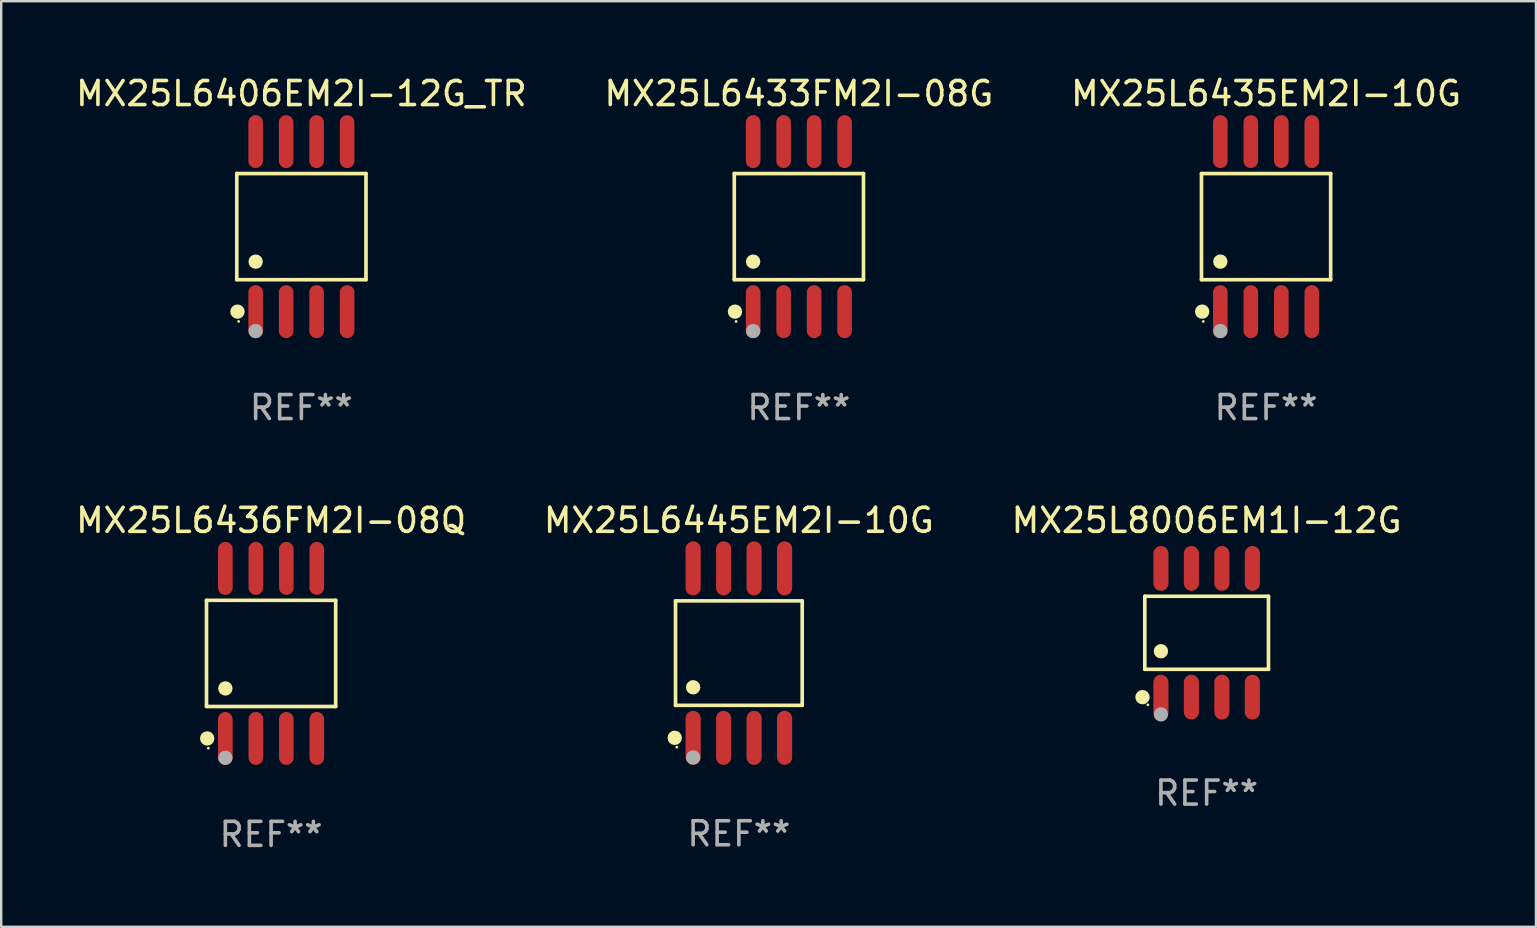
<source format=kicad_pcb>
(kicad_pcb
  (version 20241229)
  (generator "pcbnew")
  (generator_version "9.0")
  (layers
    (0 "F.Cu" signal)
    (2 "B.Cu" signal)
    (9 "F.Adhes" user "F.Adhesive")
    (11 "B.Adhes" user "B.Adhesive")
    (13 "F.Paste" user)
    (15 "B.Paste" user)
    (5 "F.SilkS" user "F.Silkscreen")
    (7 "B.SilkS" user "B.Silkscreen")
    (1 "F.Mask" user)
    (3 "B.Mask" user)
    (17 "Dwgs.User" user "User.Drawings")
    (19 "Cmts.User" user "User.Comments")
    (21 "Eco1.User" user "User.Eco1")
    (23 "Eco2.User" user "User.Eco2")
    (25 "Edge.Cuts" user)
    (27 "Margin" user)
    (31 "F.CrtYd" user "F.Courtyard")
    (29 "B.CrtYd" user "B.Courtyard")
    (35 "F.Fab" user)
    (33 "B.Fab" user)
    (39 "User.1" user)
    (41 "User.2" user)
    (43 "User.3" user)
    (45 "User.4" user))
  (footprint "MX25L8006EM1I-12G"
    (layer "F.Cu")
    (at 47.22 23.312)
    (property "Reference" "MX25L8006EM1I-12G" (at 0 -4.682 0) (layer "F.SilkS") (effects (font (size 1 1) (thickness 0.15))))
    (attr through_hole)
    (fp_line (start -2.576 -1.521) (end 2.576 -1.521) (stroke (width 0.152) (type solid)) (layer "F.SilkS"))
    (fp_line (start -2.576 1.521) (end -2.576 -1.521) (stroke (width 0.152) (type solid)) (layer "F.SilkS"))
    (fp_line (start 2.576 -1.521) (end 2.576 1.521) (stroke (width 0.152) (type solid)) (layer "F.SilkS"))
    (fp_line (start 2.576 1.521) (end -2.576 1.521) (stroke (width 0.152) (type solid)) (layer "F.SilkS"))
    (fp_circle (center -2.672 2.682) (end -2.522 2.682) (stroke (width 0.3) (type solid)) (fill no) (layer "F.SilkS"))
    (fp_circle (center -2.45 3) (end -2.42 3) (stroke (width 0.06) (type solid)) (fill no) (layer "F.SilkS"))
    (fp_circle (center -1.905 0.769) (end -1.755 0.769) (stroke (width 0.3) (type solid)) (fill no) (layer "F.SilkS"))
    (fp_circle (center -1.905 3.4) (end -1.755 3.4) (stroke (width 0.3) (type solid)) (fill no) (layer "F.Fab"))
    (fp_text user "REF**" (at 0 6.682 0) (layer "F.Fab") (effects (font (size 1 1) (thickness 0.15))))
    (pad "1" smd oval (at -1.905 2.682) (size 0.63 1.865) (layers "F.Cu" "F.Mask" "F.Paste"))
    (pad "2" smd oval (at -0.635 2.682) (size 0.63 1.865) (layers "F.Cu" "F.Mask" "F.Paste"))
    (pad "3" smd oval (at 0.635 2.682) (size 0.63 1.865) (layers "F.Cu" "F.Mask" "F.Paste"))
    (pad "4" smd oval (at 1.905 2.682) (size 0.63 1.865) (layers "F.Cu" "F.Mask" "F.Paste"))
    (pad "5" smd oval (at 1.905 -2.682) (size 0.63 1.865) (layers "F.Cu" "F.Mask" "F.Paste"))
    (pad "6" smd oval (at 0.635 -2.682) (size 0.63 1.865) (layers "F.Cu" "F.Mask" "F.Paste"))
    (pad "7" smd oval (at -0.635 -2.682) (size 0.63 1.865) (layers "F.Cu" "F.Mask" "F.Paste"))
    (pad "8" smd oval (at -1.905 -2.682) (size 0.63 1.865) (layers "F.Cu" "F.Mask" "F.Paste")))
  (footprint "MX25L6433FM2I-08G"
    (layer "F.Cu")
    (at 30.232 6.391)
    (property "Reference" "MX25L6433FM2I-08G" (at 0 -5.542 0) (layer "F.SilkS") (effects (font (size 1 1) (thickness 0.15))))
    (attr through_hole)
    (fp_line (start -2.691 -2.211) (end 2.691 -2.211) (stroke (width 0.152) (type solid)) (layer "F.SilkS"))
    (fp_line (start -2.691 2.211) (end -2.691 -2.211) (stroke (width 0.152) (type solid)) (layer "F.SilkS"))
    (fp_line (start 2.691 -2.211) (end 2.691 2.211) (stroke (width 0.152) (type solid)) (layer "F.SilkS"))
    (fp_line (start 2.691 2.211) (end -2.691 2.211) (stroke (width 0.152) (type solid)) (layer "F.SilkS"))
    (fp_circle (center -2.662 3.542) (end -2.512 3.542) (stroke (width 0.3) (type solid)) (fill no) (layer "F.SilkS"))
    (fp_circle (center -2.615 3.95) (end -2.585 3.95) (stroke (width 0.06) (type solid)) (fill no) (layer "F.SilkS"))
    (fp_circle (center -1.905 1.459) (end -1.755 1.459) (stroke (width 0.3) (type solid)) (fill no) (layer "F.SilkS"))
    (fp_circle (center -1.905 4.35) (end -1.755 4.35) (stroke (width 0.3) (type solid)) (fill no) (layer "F.Fab"))
    (fp_text user "REF**" (at 0 7.542 0) (layer "F.Fab") (effects (font (size 1 1) (thickness 0.15))))
    (pad "1" smd oval (at -1.905 3.542) (size 0.609 2.204) (layers "F.Cu" "F.Mask" "F.Paste"))
    (pad "2" smd oval (at -0.635 3.542) (size 0.609 2.204) (layers "F.Cu" "F.Mask" "F.Paste"))
    (pad "3" smd oval (at 0.635 3.542) (size 0.609 2.204) (layers "F.Cu" "F.Mask" "F.Paste"))
    (pad "4" smd oval (at 1.905 3.542) (size 0.609 2.204) (layers "F.Cu" "F.Mask" "F.Paste"))
    (pad "5" smd oval (at 1.905 -3.542) (size 0.609 2.204) (layers "F.Cu" "F.Mask" "F.Paste"))
    (pad "6" smd oval (at 0.635 -3.542) (size 0.609 2.204) (layers "F.Cu" "F.Mask" "F.Paste"))
    (pad "7" smd oval (at -0.635 -3.542) (size 0.609 2.204) (layers "F.Cu" "F.Mask" "F.Paste"))
    (pad "8" smd oval (at -1.905 -3.542) (size 0.609 2.204) (layers "F.Cu" "F.Mask" "F.Paste")))
  (footprint "MX25L6436FM2I-08Q"
    (layer "F.Cu")
    (at 8.244 24.172)
    (property "Reference" "MX25L6436FM2I-08Q" (at 0 -5.542 0) (layer "F.SilkS") (effects (font (size 1 1) (thickness 0.15))))
    (attr through_hole)
    (fp_line (start -2.691 -2.211) (end 2.691 -2.211) (stroke (width 0.152) (type solid)) (layer "F.SilkS"))
    (fp_line (start -2.691 2.211) (end -2.691 -2.211) (stroke (width 0.152) (type solid)) (layer "F.SilkS"))
    (fp_line (start 2.691 -2.211) (end 2.691 2.211) (stroke (width 0.152) (type solid)) (layer "F.SilkS"))
    (fp_line (start 2.691 2.211) (end -2.691 2.211) (stroke (width 0.152) (type solid)) (layer "F.SilkS"))
    (fp_circle (center -2.662 3.542) (end -2.512 3.542) (stroke (width 0.3) (type solid)) (fill no) (layer "F.SilkS"))
    (fp_circle (center -2.615 3.95) (end -2.585 3.95) (stroke (width 0.06) (type solid)) (fill no) (layer "F.SilkS"))
    (fp_circle (center -1.905 1.459) (end -1.755 1.459) (stroke (width 0.3) (type solid)) (fill no) (layer "F.SilkS"))
    (fp_circle (center -1.905 4.35) (end -1.755 4.35) (stroke (width 0.3) (type solid)) (fill no) (layer "F.Fab"))
    (fp_text user "REF**" (at 0 7.542 0) (layer "F.Fab") (effects (font (size 1 1) (thickness 0.15))))
    (pad "1" smd oval (at -1.905 3.542) (size 0.609 2.204) (layers "F.Cu" "F.Mask" "F.Paste"))
    (pad "2" smd oval (at -0.635 3.542) (size 0.609 2.204) (layers "F.Cu" "F.Mask" "F.Paste"))
    (pad "3" smd oval (at 0.635 3.542) (size 0.609 2.204) (layers "F.Cu" "F.Mask" "F.Paste"))
    (pad "4" smd oval (at 1.905 3.542) (size 0.609 2.204) (layers "F.Cu" "F.Mask" "F.Paste"))
    (pad "5" smd oval (at 1.905 -3.542) (size 0.609 2.204) (layers "F.Cu" "F.Mask" "F.Paste"))
    (pad "6" smd oval (at 0.635 -3.542) (size 0.609 2.204) (layers "F.Cu" "F.Mask" "F.Paste"))
    (pad "7" smd oval (at -0.635 -3.542) (size 0.609 2.204) (layers "F.Cu" "F.Mask" "F.Paste"))
    (pad "8" smd oval (at -1.905 -3.542) (size 0.609 2.204) (layers "F.Cu" "F.Mask" "F.Paste")))
  (footprint "MX25L6435EM2I-10G"
    (layer "F.Cu")
    (at 49.696 6.391)
    (property "Reference" "MX25L6435EM2I-10G" (at 0 -5.542 0) (layer "F.SilkS") (effects (font (size 1 1) (thickness 0.15))))
    (attr through_hole)
    (fp_line (start -2.691 -2.211) (end 2.691 -2.211) (stroke (width 0.152) (type solid)) (layer "F.SilkS"))
    (fp_line (start -2.691 2.211) (end -2.691 -2.211) (stroke (width 0.152) (type solid)) (layer "F.SilkS"))
    (fp_line (start 2.691 -2.211) (end 2.691 2.211) (stroke (width 0.152) (type solid)) (layer "F.SilkS"))
    (fp_line (start 2.691 2.211) (end -2.691 2.211) (stroke (width 0.152) (type solid)) (layer "F.SilkS"))
    (fp_circle (center -2.662 3.542) (end -2.512 3.542) (stroke (width 0.3) (type solid)) (fill no) (layer "F.SilkS"))
    (fp_circle (center -2.615 3.95) (end -2.585 3.95) (stroke (width 0.06) (type solid)) (fill no) (layer "F.SilkS"))
    (fp_circle (center -1.905 1.459) (end -1.755 1.459) (stroke (width 0.3) (type solid)) (fill no) (layer "F.SilkS"))
    (fp_circle (center -1.905 4.35) (end -1.755 4.35) (stroke (width 0.3) (type solid)) (fill no) (layer "F.Fab"))
    (fp_text user "REF**" (at 0 7.542 0) (layer "F.Fab") (effects (font (size 1 1) (thickness 0.15))))
    (pad "1" smd oval (at -1.905 3.542) (size 0.609 2.204) (layers "F.Cu" "F.Mask" "F.Paste"))
    (pad "2" smd oval (at -0.635 3.542) (size 0.609 2.204) (layers "F.Cu" "F.Mask" "F.Paste"))
    (pad "3" smd oval (at 0.635 3.542) (size 0.609 2.204) (layers "F.Cu" "F.Mask" "F.Paste"))
    (pad "4" smd oval (at 1.905 3.542) (size 0.609 2.204) (layers "F.Cu" "F.Mask" "F.Paste"))
    (pad "5" smd oval (at 1.905 -3.542) (size 0.609 2.204) (layers "F.Cu" "F.Mask" "F.Paste"))
    (pad "6" smd oval (at 0.635 -3.542) (size 0.609 2.204) (layers "F.Cu" "F.Mask" "F.Paste"))
    (pad "7" smd oval (at -0.635 -3.542) (size 0.609 2.204) (layers "F.Cu" "F.Mask" "F.Paste"))
    (pad "8" smd oval (at -1.905 -3.542) (size 0.609 2.204) (layers "F.Cu" "F.Mask" "F.Paste")))
  (footprint "MX25L6406EM2I-12G_TR"
    (layer "F.Cu")
    (at 9.506 6.391)
    (property "Reference" "MX25L6406EM2I-12G_TR" (at 0 -5.542 0) (layer "F.SilkS") (effects (font (size 1 1) (thickness 0.15))))
    (attr through_hole)
    (fp_line (start -2.691 -2.211) (end 2.691 -2.211) (stroke (width 0.152) (type solid)) (layer "F.SilkS"))
    (fp_line (start -2.691 2.211) (end -2.691 -2.211) (stroke (width 0.152) (type solid)) (layer "F.SilkS"))
    (fp_line (start 2.691 -2.211) (end 2.691 2.211) (stroke (width 0.152) (type solid)) (layer "F.SilkS"))
    (fp_line (start 2.691 2.211) (end -2.691 2.211) (stroke (width 0.152) (type solid)) (layer "F.SilkS"))
    (fp_circle (center -2.662 3.542) (end -2.512 3.542) (stroke (width 0.3) (type solid)) (fill no) (layer "F.SilkS"))
    (fp_circle (center -2.615 3.95) (end -2.585 3.95) (stroke (width 0.06) (type solid)) (fill no) (layer "F.SilkS"))
    (fp_circle (center -1.905 1.459) (end -1.755 1.459) (stroke (width 0.3) (type solid)) (fill no) (layer "F.SilkS"))
    (fp_circle (center -1.905 4.35) (end -1.755 4.35) (stroke (width 0.3) (type solid)) (fill no) (layer "F.Fab"))
    (fp_text user "REF**" (at 0 7.542 0) (layer "F.Fab") (effects (font (size 1 1) (thickness 0.15))))
    (pad "1" smd oval (at -1.905 3.542) (size 0.609 2.204) (layers "F.Cu" "F.Mask" "F.Paste"))
    (pad "2" smd oval (at -0.635 3.542) (size 0.609 2.204) (layers "F.Cu" "F.Mask" "F.Paste"))
    (pad "3" smd oval (at 0.635 3.542) (size 0.609 2.204) (layers "F.Cu" "F.Mask" "F.Paste"))
    (pad "4" smd oval (at 1.905 3.542) (size 0.609 2.204) (layers "F.Cu" "F.Mask" "F.Paste"))
    (pad "5" smd oval (at 1.905 -3.542) (size 0.609 2.204) (layers "F.Cu" "F.Mask" "F.Paste"))
    (pad "6" smd oval (at 0.635 -3.542) (size 0.609 2.204) (layers "F.Cu" "F.Mask" "F.Paste"))
    (pad "7" smd oval (at -0.635 -3.542) (size 0.609 2.204) (layers "F.Cu" "F.Mask" "F.Paste"))
    (pad "8" smd oval (at -1.905 -3.542) (size 0.609 2.204) (layers "F.Cu" "F.Mask" "F.Paste")))
  (footprint "MX25L6445EM2I-10G"
    (layer "F.Cu")
    (at 27.732 24.159)
    (property "Reference" "MX25L6445EM2I-10G" (at 0 -5.53 0) (layer "F.SilkS") (effects (font (size 1 1) (thickness 0.15))))
    (attr through_hole)
    (fp_line (start -2.639 -2.176) (end 2.639 -2.176) (stroke (width 0.152) (type solid)) (layer "F.SilkS"))
    (fp_line (start -2.639 2.176) (end -2.639 -2.176) (stroke (width 0.152) (type solid)) (layer "F.SilkS"))
    (fp_line (start 2.639 -2.176) (end 2.639 2.176) (stroke (width 0.152) (type solid)) (layer "F.SilkS"))
    (fp_line (start 2.639 2.176) (end -2.639 2.176) (stroke (width 0.152) (type solid)) (layer "F.SilkS"))
    (fp_circle (center -2.672 3.53) (end -2.522 3.53) (stroke (width 0.3) (type solid)) (fill no) (layer "F.SilkS"))
    (fp_circle (center -2.585 3.92) (end -2.555 3.92) (stroke (width 0.06) (type solid)) (fill no) (layer "F.SilkS"))
    (fp_circle (center -1.905 1.424) (end -1.755 1.424) (stroke (width 0.3) (type solid)) (fill no) (layer "F.SilkS"))
    (fp_circle (center -1.905 4.35) (end -1.755 4.35) (stroke (width 0.3) (type solid)) (fill no) (layer "F.Fab"))
    (fp_text user "REF**" (at 0 7.53 0) (layer "F.Fab") (effects (font (size 1 1) (thickness 0.15))))
    (pad "1" smd oval (at -1.905 3.53) (size 0.63 2.25) (layers "F.Cu" "F.Mask" "F.Paste"))
    (pad "2" smd oval (at -0.635 3.53) (size 0.63 2.25) (layers "F.Cu" "F.Mask" "F.Paste"))
    (pad "3" smd oval (at 0.635 3.53) (size 0.63 2.25) (layers "F.Cu" "F.Mask" "F.Paste"))
    (pad "4" smd oval (at 1.905 3.53) (size 0.63 2.25) (layers "F.Cu" "F.Mask" "F.Paste"))
    (pad "5" smd oval (at 1.905 -3.53) (size 0.63 2.25) (layers "F.Cu" "F.Mask" "F.Paste"))
    (pad "6" smd oval (at 0.635 -3.53) (size 0.63 2.25) (layers "F.Cu" "F.Mask" "F.Paste"))
    (pad "7" smd oval (at -0.635 -3.53) (size 0.63 2.25) (layers "F.Cu" "F.Mask" "F.Paste"))
    (pad "8" smd oval (at -1.905 -3.53) (size 0.63 2.25) (layers "F.Cu" "F.Mask" "F.Paste")))
  (gr_rect
    (start -3 -3)
    (end 60.94 35.562)
    (stroke (width 0.1) (type default))
    (fill no)
    (layer "Edge.Cuts")))
</source>
